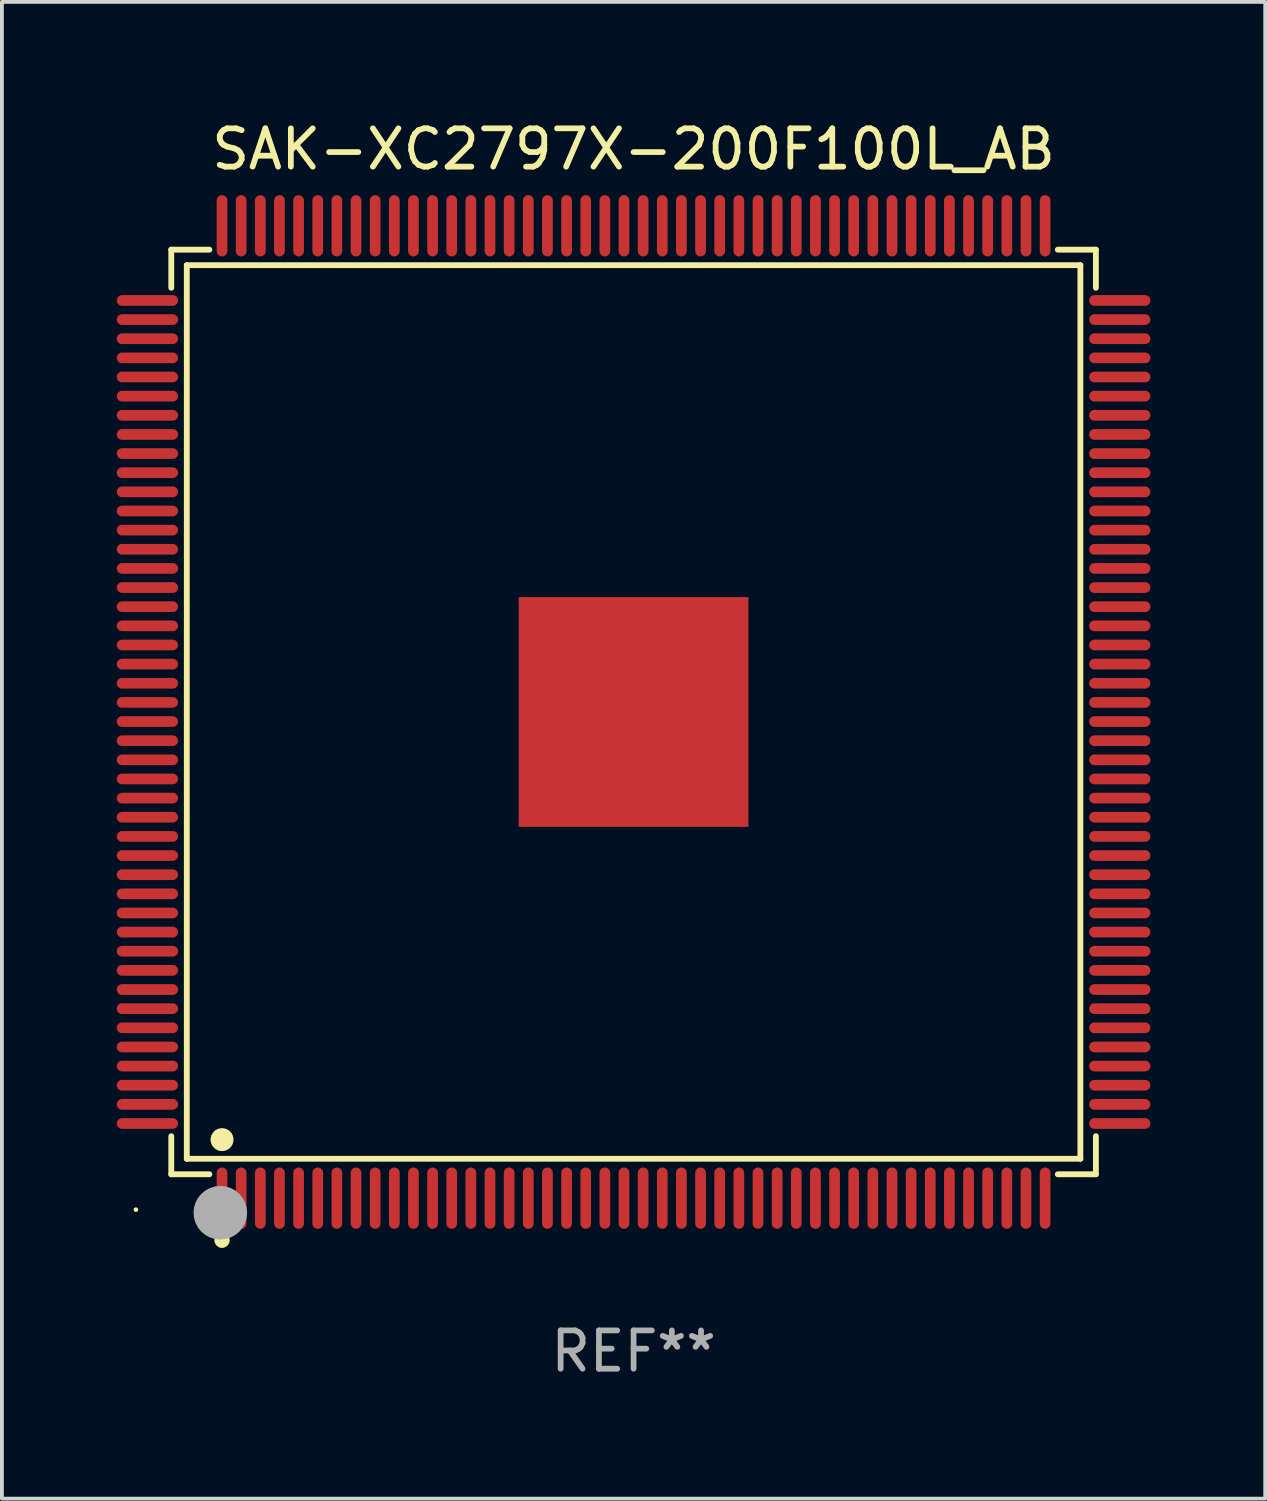
<source format=kicad_pcb>
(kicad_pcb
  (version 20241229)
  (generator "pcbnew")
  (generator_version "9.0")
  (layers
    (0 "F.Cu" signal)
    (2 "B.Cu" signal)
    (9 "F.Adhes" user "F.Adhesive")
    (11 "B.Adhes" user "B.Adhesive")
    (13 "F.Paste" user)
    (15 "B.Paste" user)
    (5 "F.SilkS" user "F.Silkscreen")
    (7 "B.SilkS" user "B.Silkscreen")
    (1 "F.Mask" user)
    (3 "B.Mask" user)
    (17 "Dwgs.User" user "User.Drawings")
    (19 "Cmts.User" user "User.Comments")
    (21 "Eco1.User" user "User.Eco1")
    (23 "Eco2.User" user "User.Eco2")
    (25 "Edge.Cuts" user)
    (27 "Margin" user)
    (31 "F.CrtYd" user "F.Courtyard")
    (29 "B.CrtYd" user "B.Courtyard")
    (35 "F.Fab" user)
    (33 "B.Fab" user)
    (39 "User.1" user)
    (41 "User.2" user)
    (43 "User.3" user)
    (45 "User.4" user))
  (footprint "SAK-XC2797X-200F100L_AB"
    (layer "F.Cu")
    (at 13.5 15.548)
    (property "Reference" "SAK-XC2797X-200F100L_AB" (at 0 -14.7 0) (layer "F.SilkS") (effects (font (size 1 1) (thickness 0.15))))
    (attr through_hole)
    (fp_line (start -12.076 -12.076) (end -11.081 -12.076) (stroke (width 0.152) (type solid)) (layer "F.SilkS"))
    (fp_line (start -12.076 -11.081) (end -12.076 -12.076) (stroke (width 0.152) (type solid)) (layer "F.SilkS"))
    (fp_line (start -12.076 11.081) (end -12.076 12.076) (stroke (width 0.152) (type solid)) (layer "F.SilkS"))
    (fp_line (start -12.076 12.076) (end -11.081 12.076) (stroke (width 0.152) (type solid)) (layer "F.SilkS"))
    (fp_line (start -11.671 -11.671) (end 11.671 -11.671) (stroke (width 0.152) (type solid)) (layer "F.SilkS"))
    (fp_line (start -11.671 11.671) (end -11.671 -11.671) (stroke (width 0.152) (type solid)) (layer "F.SilkS"))
    (fp_line (start 11.671 -11.671) (end 11.671 11.671) (stroke (width 0.152) (type solid)) (layer "F.SilkS"))
    (fp_line (start 11.671 11.671) (end -11.671 11.671) (stroke (width 0.152) (type solid)) (layer "F.SilkS"))
    (fp_line (start 12.076 -12.076) (end 11.081 -12.076) (stroke (width 0.152) (type solid)) (layer "F.SilkS"))
    (fp_line (start 12.076 -11.081) (end 12.076 -12.076) (stroke (width 0.152) (type solid)) (layer "F.SilkS"))
    (fp_line (start 12.076 11.081) (end 12.076 12.076) (stroke (width 0.152) (type solid)) (layer "F.SilkS"))
    (fp_line (start 12.076 12.076) (end 11.081 12.076) (stroke (width 0.152) (type solid)) (layer "F.SilkS"))
    (fp_circle (center -13 13) (end -12.97 13) (stroke (width 0.06) (type solid)) (fill no) (layer "F.SilkS"))
    (fp_circle (center -10.75 11.171) (end -10.6 11.171) (stroke (width 0.3) (type solid)) (fill no) (layer "F.SilkS"))
    (fp_circle (center -10.75 13.8) (end -10.65 13.8) (stroke (width 0.2) (type solid)) (fill no) (layer "F.SilkS"))
    (fp_circle (center -10.795 13.081) (end -10.445 13.081) (stroke (width 0.7) (type solid)) (fill no) (layer "F.Fab"))
    (fp_text user "REF**" (at 0 16.7 0) (layer "F.Fab") (effects (font (size 1 1) (thickness 0.15))))
    (pad "1" smd oval (at -10.75 12.7) (size 0.28 1.6) (layers "F.Cu" "F.Mask" "F.Paste"))
    (pad "2" smd oval (at -10.25 12.7) (size 0.28 1.6) (layers "F.Cu" "F.Mask" "F.Paste"))
    (pad "3" smd oval (at -9.75 12.7) (size 0.28 1.6) (layers "F.Cu" "F.Mask" "F.Paste"))
    (pad "4" smd oval (at -9.25 12.7) (size 0.28 1.6) (layers "F.Cu" "F.Mask" "F.Paste"))
    (pad "5" smd oval (at -8.75 12.7) (size 0.28 1.6) (layers "F.Cu" "F.Mask" "F.Paste"))
    (pad "6" smd oval (at -8.25 12.7) (size 0.28 1.6) (layers "F.Cu" "F.Mask" "F.Paste"))
    (pad "7" smd oval (at -7.75 12.7) (size 0.28 1.6) (layers "F.Cu" "F.Mask" "F.Paste"))
    (pad "8" smd oval (at -7.25 12.7) (size 0.28 1.6) (layers "F.Cu" "F.Mask" "F.Paste"))
    (pad "9" smd oval (at -6.75 12.7) (size 0.28 1.6) (layers "F.Cu" "F.Mask" "F.Paste"))
    (pad "10" smd oval (at -6.25 12.7) (size 0.28 1.6) (layers "F.Cu" "F.Mask" "F.Paste"))
    (pad "11" smd oval (at -5.75 12.7) (size 0.28 1.6) (layers "F.Cu" "F.Mask" "F.Paste"))
    (pad "12" smd oval (at -5.25 12.7) (size 0.28 1.6) (layers "F.Cu" "F.Mask" "F.Paste"))
    (pad "13" smd oval (at -4.75 12.7) (size 0.28 1.6) (layers "F.Cu" "F.Mask" "F.Paste"))
    (pad "14" smd oval (at -4.25 12.7) (size 0.28 1.6) (layers "F.Cu" "F.Mask" "F.Paste"))
    (pad "15" smd oval (at -3.75 12.7) (size 0.28 1.6) (layers "F.Cu" "F.Mask" "F.Paste"))
    (pad "16" smd oval (at -3.25 12.7) (size 0.28 1.6) (layers "F.Cu" "F.Mask" "F.Paste"))
    (pad "17" smd oval (at -2.75 12.7) (size 0.28 1.6) (layers "F.Cu" "F.Mask" "F.Paste"))
    (pad "18" smd oval (at -2.25 12.7) (size 0.28 1.6) (layers "F.Cu" "F.Mask" "F.Paste"))
    (pad "19" smd oval (at -1.75 12.7) (size 0.28 1.6) (layers "F.Cu" "F.Mask" "F.Paste"))
    (pad "20" smd oval (at -1.25 12.7) (size 0.28 1.6) (layers "F.Cu" "F.Mask" "F.Paste"))
    (pad "21" smd oval (at -0.75 12.7) (size 0.28 1.6) (layers "F.Cu" "F.Mask" "F.Paste"))
    (pad "22" smd oval (at -0.25 12.7) (size 0.28 1.6) (layers "F.Cu" "F.Mask" "F.Paste"))
    (pad "23" smd oval (at 0.25 12.7) (size 0.28 1.6) (layers "F.Cu" "F.Mask" "F.Paste"))
    (pad "24" smd oval (at 0.75 12.7) (size 0.28 1.6) (layers "F.Cu" "F.Mask" "F.Paste"))
    (pad "25" smd oval (at 1.25 12.7) (size 0.28 1.6) (layers "F.Cu" "F.Mask" "F.Paste"))
    (pad "26" smd oval (at 1.75 12.7) (size 0.28 1.6) (layers "F.Cu" "F.Mask" "F.Paste"))
    (pad "27" smd oval (at 2.25 12.7) (size 0.28 1.6) (layers "F.Cu" "F.Mask" "F.Paste"))
    (pad "28" smd oval (at 2.75 12.7) (size 0.28 1.6) (layers "F.Cu" "F.Mask" "F.Paste"))
    (pad "29" smd oval (at 3.25 12.7) (size 0.28 1.6) (layers "F.Cu" "F.Mask" "F.Paste"))
    (pad "30" smd oval (at 3.75 12.7) (size 0.28 1.6) (layers "F.Cu" "F.Mask" "F.Paste"))
    (pad "31" smd oval (at 4.25 12.7) (size 0.28 1.6) (layers "F.Cu" "F.Mask" "F.Paste"))
    (pad "32" smd oval (at 4.75 12.7) (size 0.28 1.6) (layers "F.Cu" "F.Mask" "F.Paste"))
    (pad "33" smd oval (at 5.25 12.7) (size 0.28 1.6) (layers "F.Cu" "F.Mask" "F.Paste"))
    (pad "34" smd oval (at 5.75 12.7) (size 0.28 1.6) (layers "F.Cu" "F.Mask" "F.Paste"))
    (pad "35" smd oval (at 6.25 12.7) (size 0.28 1.6) (layers "F.Cu" "F.Mask" "F.Paste"))
    (pad "36" smd oval (at 6.75 12.7) (size 0.28 1.6) (layers "F.Cu" "F.Mask" "F.Paste"))
    (pad "37" smd oval (at 7.25 12.7) (size 0.28 1.6) (layers "F.Cu" "F.Mask" "F.Paste"))
    (pad "38" smd oval (at 7.75 12.7) (size 0.28 1.6) (layers "F.Cu" "F.Mask" "F.Paste"))
    (pad "39" smd oval (at 8.25 12.7) (size 0.28 1.6) (layers "F.Cu" "F.Mask" "F.Paste"))
    (pad "40" smd oval (at 8.75 12.7) (size 0.28 1.6) (layers "F.Cu" "F.Mask" "F.Paste"))
    (pad "41" smd oval (at 9.25 12.7) (size 0.28 1.6) (layers "F.Cu" "F.Mask" "F.Paste"))
    (pad "42" smd oval (at 9.75 12.7) (size 0.28 1.6) (layers "F.Cu" "F.Mask" "F.Paste"))
    (pad "43" smd oval (at 10.25 12.7) (size 0.28 1.6) (layers "F.Cu" "F.Mask" "F.Paste"))
    (pad "44" smd oval (at 10.75 12.7) (size 0.28 1.6) (layers "F.Cu" "F.Mask" "F.Paste"))
    (pad "45" smd oval (at 12.7 10.75) (size 1.6 0.28) (layers "F.Cu" "F.Mask" "F.Paste"))
    (pad "46" smd oval (at 12.7 10.25) (size 1.6 0.28) (layers "F.Cu" "F.Mask" "F.Paste"))
    (pad "47" smd oval (at 12.7 9.75) (size 1.6 0.28) (layers "F.Cu" "F.Mask" "F.Paste"))
    (pad "48" smd oval (at 12.7 9.25) (size 1.6 0.28) (layers "F.Cu" "F.Mask" "F.Paste"))
    (pad "49" smd oval (at 12.7 8.75) (size 1.6 0.28) (layers "F.Cu" "F.Mask" "F.Paste"))
    (pad "50" smd oval (at 12.7 8.25) (size 1.6 0.28) (layers "F.Cu" "F.Mask" "F.Paste"))
    (pad "51" smd oval (at 12.7 7.75) (size 1.6 0.28) (layers "F.Cu" "F.Mask" "F.Paste"))
    (pad "52" smd oval (at 12.7 7.25) (size 1.6 0.28) (layers "F.Cu" "F.Mask" "F.Paste"))
    (pad "53" smd oval (at 12.7 6.75) (size 1.6 0.28) (layers "F.Cu" "F.Mask" "F.Paste"))
    (pad "54" smd oval (at 12.7 6.25) (size 1.6 0.28) (layers "F.Cu" "F.Mask" "F.Paste"))
    (pad "55" smd oval (at 12.7 5.75) (size 1.6 0.28) (layers "F.Cu" "F.Mask" "F.Paste"))
    (pad "56" smd oval (at 12.7 5.25) (size 1.6 0.28) (layers "F.Cu" "F.Mask" "F.Paste"))
    (pad "57" smd oval (at 12.7 4.75) (size 1.6 0.28) (layers "F.Cu" "F.Mask" "F.Paste"))
    (pad "58" smd oval (at 12.7 4.25) (size 1.6 0.28) (layers "F.Cu" "F.Mask" "F.Paste"))
    (pad "59" smd oval (at 12.7 3.75) (size 1.6 0.28) (layers "F.Cu" "F.Mask" "F.Paste"))
    (pad "60" smd oval (at 12.7 3.25) (size 1.6 0.28) (layers "F.Cu" "F.Mask" "F.Paste"))
    (pad "61" smd oval (at 12.7 2.75) (size 1.6 0.28) (layers "F.Cu" "F.Mask" "F.Paste"))
    (pad "62" smd oval (at 12.7 2.25) (size 1.6 0.28) (layers "F.Cu" "F.Mask" "F.Paste"))
    (pad "63" smd oval (at 12.7 1.75) (size 1.6 0.28) (layers "F.Cu" "F.Mask" "F.Paste"))
    (pad "64" smd oval (at 12.7 1.25) (size 1.6 0.28) (layers "F.Cu" "F.Mask" "F.Paste"))
    (pad "65" smd oval (at 12.7 0.75) (size 1.6 0.28) (layers "F.Cu" "F.Mask" "F.Paste"))
    (pad "66" smd oval (at 12.7 0.25) (size 1.6 0.28) (layers "F.Cu" "F.Mask" "F.Paste"))
    (pad "67" smd oval (at 12.7 -0.25) (size 1.6 0.28) (layers "F.Cu" "F.Mask" "F.Paste"))
    (pad "68" smd oval (at 12.7 -0.75) (size 1.6 0.28) (layers "F.Cu" "F.Mask" "F.Paste"))
    (pad "69" smd oval (at 12.7 -1.25) (size 1.6 0.28) (layers "F.Cu" "F.Mask" "F.Paste"))
    (pad "70" smd oval (at 12.7 -1.75) (size 1.6 0.28) (layers "F.Cu" "F.Mask" "F.Paste"))
    (pad "71" smd oval (at 12.7 -2.25) (size 1.6 0.28) (layers "F.Cu" "F.Mask" "F.Paste"))
    (pad "72" smd oval (at 12.7 -2.75) (size 1.6 0.28) (layers "F.Cu" "F.Mask" "F.Paste"))
    (pad "73" smd oval (at 12.7 -3.25) (size 1.6 0.28) (layers "F.Cu" "F.Mask" "F.Paste"))
    (pad "74" smd oval (at 12.7 -3.75) (size 1.6 0.28) (layers "F.Cu" "F.Mask" "F.Paste"))
    (pad "75" smd oval (at 12.7 -4.25) (size 1.6 0.28) (layers "F.Cu" "F.Mask" "F.Paste"))
    (pad "76" smd oval (at 12.7 -4.75) (size 1.6 0.28) (layers "F.Cu" "F.Mask" "F.Paste"))
    (pad "77" smd oval (at 12.7 -5.25) (size 1.6 0.28) (layers "F.Cu" "F.Mask" "F.Paste"))
    (pad "78" smd oval (at 12.7 -5.75) (size 1.6 0.28) (layers "F.Cu" "F.Mask" "F.Paste"))
    (pad "79" smd oval (at 12.7 -6.25) (size 1.6 0.28) (layers "F.Cu" "F.Mask" "F.Paste"))
    (pad "80" smd oval (at 12.7 -6.75) (size 1.6 0.28) (layers "F.Cu" "F.Mask" "F.Paste"))
    (pad "81" smd oval (at 12.7 -7.25) (size 1.6 0.28) (layers "F.Cu" "F.Mask" "F.Paste"))
    (pad "82" smd oval (at 12.7 -7.75) (size 1.6 0.28) (layers "F.Cu" "F.Mask" "F.Paste"))
    (pad "83" smd oval (at 12.7 -8.25) (size 1.6 0.28) (layers "F.Cu" "F.Mask" "F.Paste"))
    (pad "84" smd oval (at 12.7 -8.75) (size 1.6 0.28) (layers "F.Cu" "F.Mask" "F.Paste"))
    (pad "85" smd oval (at 12.7 -9.25) (size 1.6 0.28) (layers "F.Cu" "F.Mask" "F.Paste"))
    (pad "86" smd oval (at 12.7 -9.75) (size 1.6 0.28) (layers "F.Cu" "F.Mask" "F.Paste"))
    (pad "87" smd oval (at 12.7 -10.25) (size 1.6 0.28) (layers "F.Cu" "F.Mask" "F.Paste"))
    (pad "88" smd oval (at 12.7 -10.75) (size 1.6 0.28) (layers "F.Cu" "F.Mask" "F.Paste"))
    (pad "89" smd oval (at 10.75 -12.7) (size 0.28 1.6) (layers "F.Cu" "F.Mask" "F.Paste"))
    (pad "90" smd oval (at 10.25 -12.7) (size 0.28 1.6) (layers "F.Cu" "F.Mask" "F.Paste"))
    (pad "91" smd oval (at 9.75 -12.7) (size 0.28 1.6) (layers "F.Cu" "F.Mask" "F.Paste"))
    (pad "92" smd oval (at 9.25 -12.7) (size 0.28 1.6) (layers "F.Cu" "F.Mask" "F.Paste"))
    (pad "93" smd oval (at 8.75 -12.7) (size 0.28 1.6) (layers "F.Cu" "F.Mask" "F.Paste"))
    (pad "94" smd oval (at 8.25 -12.7) (size 0.28 1.6) (layers "F.Cu" "F.Mask" "F.Paste"))
    (pad "95" smd oval (at 7.75 -12.7) (size 0.28 1.6) (layers "F.Cu" "F.Mask" "F.Paste"))
    (pad "96" smd oval (at 7.25 -12.7) (size 0.28 1.6) (layers "F.Cu" "F.Mask" "F.Paste"))
    (pad "97" smd oval (at 6.75 -12.7) (size 0.28 1.6) (layers "F.Cu" "F.Mask" "F.Paste"))
    (pad "98" smd oval (at 6.25 -12.7) (size 0.28 1.6) (layers "F.Cu" "F.Mask" "F.Paste"))
    (pad "99" smd oval (at 5.75 -12.7) (size 0.28 1.6) (layers "F.Cu" "F.Mask" "F.Paste"))
    (pad "100" smd oval (at 5.25 -12.7) (size 0.28 1.6) (layers "F.Cu" "F.Mask" "F.Paste"))
    (pad "101" smd oval (at 4.75 -12.7) (size 0.28 1.6) (layers "F.Cu" "F.Mask" "F.Paste"))
    (pad "102" smd oval (at 4.25 -12.7) (size 0.28 1.6) (layers "F.Cu" "F.Mask" "F.Paste"))
    (pad "103" smd oval (at 3.75 -12.7) (size 0.28 1.6) (layers "F.Cu" "F.Mask" "F.Paste"))
    (pad "104" smd oval (at 3.25 -12.7) (size 0.28 1.6) (layers "F.Cu" "F.Mask" "F.Paste"))
    (pad "105" smd oval (at 2.75 -12.7) (size 0.28 1.6) (layers "F.Cu" "F.Mask" "F.Paste"))
    (pad "106" smd oval (at 2.25 -12.7) (size 0.28 1.6) (layers "F.Cu" "F.Mask" "F.Paste"))
    (pad "107" smd oval (at 1.75 -12.7) (size 0.28 1.6) (layers "F.Cu" "F.Mask" "F.Paste"))
    (pad "108" smd oval (at 1.25 -12.7) (size 0.28 1.6) (layers "F.Cu" "F.Mask" "F.Paste"))
    (pad "109" smd oval (at 0.75 -12.7) (size 0.28 1.6) (layers "F.Cu" "F.Mask" "F.Paste"))
    (pad "110" smd oval (at 0.25 -12.7) (size 0.28 1.6) (layers "F.Cu" "F.Mask" "F.Paste"))
    (pad "111" smd oval (at -0.25 -12.7) (size 0.28 1.6) (layers "F.Cu" "F.Mask" "F.Paste"))
    (pad "112" smd oval (at -0.75 -12.7) (size 0.28 1.6) (layers "F.Cu" "F.Mask" "F.Paste"))
    (pad "113" smd oval (at -1.25 -12.7) (size 0.28 1.6) (layers "F.Cu" "F.Mask" "F.Paste"))
    (pad "114" smd oval (at -1.75 -12.7) (size 0.28 1.6) (layers "F.Cu" "F.Mask" "F.Paste"))
    (pad "115" smd oval (at -2.25 -12.7) (size 0.28 1.6) (layers "F.Cu" "F.Mask" "F.Paste"))
    (pad "116" smd oval (at -2.75 -12.7) (size 0.28 1.6) (layers "F.Cu" "F.Mask" "F.Paste"))
    (pad "117" smd oval (at -3.25 -12.7) (size 0.28 1.6) (layers "F.Cu" "F.Mask" "F.Paste"))
    (pad "118" smd oval (at -3.75 -12.7) (size 0.28 1.6) (layers "F.Cu" "F.Mask" "F.Paste"))
    (pad "119" smd oval (at -4.25 -12.7) (size 0.28 1.6) (layers "F.Cu" "F.Mask" "F.Paste"))
    (pad "120" smd oval (at -4.75 -12.7) (size 0.28 1.6) (layers "F.Cu" "F.Mask" "F.Paste"))
    (pad "121" smd oval (at -5.25 -12.7) (size 0.28 1.6) (layers "F.Cu" "F.Mask" "F.Paste"))
    (pad "122" smd oval (at -5.75 -12.7) (size 0.28 1.6) (layers "F.Cu" "F.Mask" "F.Paste"))
    (pad "123" smd oval (at -6.25 -12.7) (size 0.28 1.6) (layers "F.Cu" "F.Mask" "F.Paste"))
    (pad "124" smd oval (at -6.75 -12.7) (size 0.28 1.6) (layers "F.Cu" "F.Mask" "F.Paste"))
    (pad "125" smd oval (at -7.25 -12.7) (size 0.28 1.6) (layers "F.Cu" "F.Mask" "F.Paste"))
    (pad "126" smd oval (at -7.75 -12.7) (size 0.28 1.6) (layers "F.Cu" "F.Mask" "F.Paste"))
    (pad "127" smd oval (at -8.25 -12.7) (size 0.28 1.6) (layers "F.Cu" "F.Mask" "F.Paste"))
    (pad "128" smd oval (at -8.75 -12.7) (size 0.28 1.6) (layers "F.Cu" "F.Mask" "F.Paste"))
    (pad "129" smd oval (at -9.25 -12.7) (size 0.28 1.6) (layers "F.Cu" "F.Mask" "F.Paste"))
    (pad "130" smd oval (at -9.75 -12.7) (size 0.28 1.6) (layers "F.Cu" "F.Mask" "F.Paste"))
    (pad "131" smd oval (at -10.25 -12.7) (size 0.28 1.6) (layers "F.Cu" "F.Mask" "F.Paste"))
    (pad "132" smd oval (at -10.75 -12.7) (size 0.28 1.6) (layers "F.Cu" "F.Mask" "F.Paste"))
    (pad "133" smd oval (at -12.7 -10.75) (size 1.6 0.28) (layers "F.Cu" "F.Mask" "F.Paste"))
    (pad "134" smd oval (at -12.7 -10.25) (size 1.6 0.28) (layers "F.Cu" "F.Mask" "F.Paste"))
    (pad "135" smd oval (at -12.7 -9.75) (size 1.6 0.28) (layers "F.Cu" "F.Mask" "F.Paste"))
    (pad "136" smd oval (at -12.7 -9.25) (size 1.6 0.28) (layers "F.Cu" "F.Mask" "F.Paste"))
    (pad "137" smd oval (at -12.7 -8.75) (size 1.6 0.28) (layers "F.Cu" "F.Mask" "F.Paste"))
    (pad "138" smd oval (at -12.7 -8.25) (size 1.6 0.28) (layers "F.Cu" "F.Mask" "F.Paste"))
    (pad "139" smd oval (at -12.7 -7.75) (size 1.6 0.28) (layers "F.Cu" "F.Mask" "F.Paste"))
    (pad "140" smd oval (at -12.7 -7.25) (size 1.6 0.28) (layers "F.Cu" "F.Mask" "F.Paste"))
    (pad "141" smd oval (at -12.7 -6.75) (size 1.6 0.28) (layers "F.Cu" "F.Mask" "F.Paste"))
    (pad "142" smd oval (at -12.7 -6.25) (size 1.6 0.28) (layers "F.Cu" "F.Mask" "F.Paste"))
    (pad "143" smd oval (at -12.7 -5.75) (size 1.6 0.28) (layers "F.Cu" "F.Mask" "F.Paste"))
    (pad "144" smd oval (at -12.7 -5.25) (size 1.6 0.28) (layers "F.Cu" "F.Mask" "F.Paste"))
    (pad "145" smd oval (at -12.7 -4.75) (size 1.6 0.28) (layers "F.Cu" "F.Mask" "F.Paste"))
    (pad "146" smd oval (at -12.7 -4.25) (size 1.6 0.28) (layers "F.Cu" "F.Mask" "F.Paste"))
    (pad "147" smd oval (at -12.7 -3.75) (size 1.6 0.28) (layers "F.Cu" "F.Mask" "F.Paste"))
    (pad "148" smd oval (at -12.7 -3.25) (size 1.6 0.28) (layers "F.Cu" "F.Mask" "F.Paste"))
    (pad "149" smd oval (at -12.7 -2.75) (size 1.6 0.28) (layers "F.Cu" "F.Mask" "F.Paste"))
    (pad "150" smd oval (at -12.7 -2.25) (size 1.6 0.28) (layers "F.Cu" "F.Mask" "F.Paste"))
    (pad "151" smd oval (at -12.7 -1.75) (size 1.6 0.28) (layers "F.Cu" "F.Mask" "F.Paste"))
    (pad "152" smd oval (at -12.7 -1.25) (size 1.6 0.28) (layers "F.Cu" "F.Mask" "F.Paste"))
    (pad "153" smd oval (at -12.7 -0.75) (size 1.6 0.28) (layers "F.Cu" "F.Mask" "F.Paste"))
    (pad "154" smd oval (at -12.7 -0.25) (size 1.6 0.28) (layers "F.Cu" "F.Mask" "F.Paste"))
    (pad "155" smd oval (at -12.7 0.25) (size 1.6 0.28) (layers "F.Cu" "F.Mask" "F.Paste"))
    (pad "156" smd oval (at -12.7 0.75) (size 1.6 0.28) (layers "F.Cu" "F.Mask" "F.Paste"))
    (pad "157" smd oval (at -12.7 1.25) (size 1.6 0.28) (layers "F.Cu" "F.Mask" "F.Paste"))
    (pad "158" smd oval (at -12.7 1.75) (size 1.6 0.28) (layers "F.Cu" "F.Mask" "F.Paste"))
    (pad "159" smd oval (at -12.7 2.25) (size 1.6 0.28) (layers "F.Cu" "F.Mask" "F.Paste"))
    (pad "160" smd oval (at -12.7 2.75) (size 1.6 0.28) (layers "F.Cu" "F.Mask" "F.Paste"))
    (pad "161" smd oval (at -12.7 3.25) (size 1.6 0.28) (layers "F.Cu" "F.Mask" "F.Paste"))
    (pad "162" smd oval (at -12.7 3.75) (size 1.6 0.28) (layers "F.Cu" "F.Mask" "F.Paste"))
    (pad "163" smd oval (at -12.7 4.25) (size 1.6 0.28) (layers "F.Cu" "F.Mask" "F.Paste"))
    (pad "164" smd oval (at -12.7 4.75) (size 1.6 0.28) (layers "F.Cu" "F.Mask" "F.Paste"))
    (pad "165" smd oval (at -12.7 5.25) (size 1.6 0.28) (layers "F.Cu" "F.Mask" "F.Paste"))
    (pad "166" smd oval (at -12.7 5.75) (size 1.6 0.28) (layers "F.Cu" "F.Mask" "F.Paste"))
    (pad "167" smd oval (at -12.7 6.25) (size 1.6 0.28) (layers "F.Cu" "F.Mask" "F.Paste"))
    (pad "168" smd oval (at -12.7 6.75) (size 1.6 0.28) (layers "F.Cu" "F.Mask" "F.Paste"))
    (pad "169" smd oval (at -12.7 7.25) (size 1.6 0.28) (layers "F.Cu" "F.Mask" "F.Paste"))
    (pad "170" smd oval (at -12.7 7.75) (size 1.6 0.28) (layers "F.Cu" "F.Mask" "F.Paste"))
    (pad "171" smd oval (at -12.7 8.25) (size 1.6 0.28) (layers "F.Cu" "F.Mask" "F.Paste"))
    (pad "172" smd oval (at -12.7 8.75) (size 1.6 0.28) (layers "F.Cu" "F.Mask" "F.Paste"))
    (pad "173" smd oval (at -12.7 9.25) (size 1.6 0.28) (layers "F.Cu" "F.Mask" "F.Paste"))
    (pad "174" smd oval (at -12.7 9.75) (size 1.6 0.28) (layers "F.Cu" "F.Mask" "F.Paste"))
    (pad "175" smd oval (at -12.7 10.25) (size 1.6 0.28) (layers "F.Cu" "F.Mask" "F.Paste"))
    (pad "176" smd oval (at -12.7 10.75) (size 1.6 0.28) (layers "F.Cu" "F.Mask" "F.Paste"))
    (pad "177" smd rect (at 0 0) (size 6 6) (layers "F.Cu" "F.Mask" "F.Paste")))
  (gr_rect
    (start -3 -3)
    (end 30 36.097)
    (stroke (width 0.1) (type default))
    (fill no)
    (layer "Edge.Cuts")))
</source>
